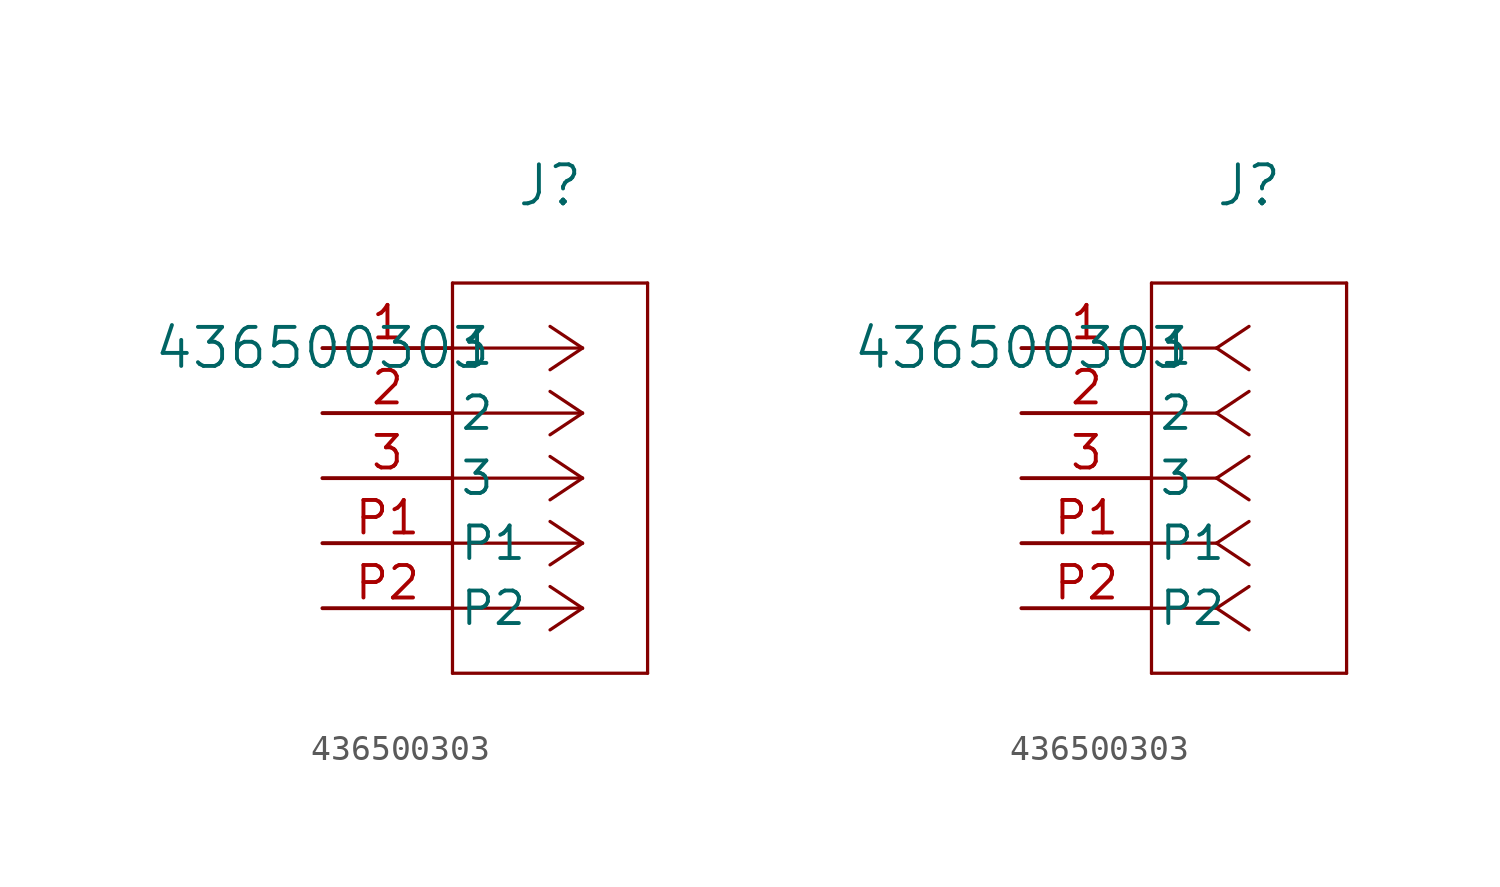
<source format=kicad_sym>
(kicad_symbol_lib
  (version 20211014)
  (generator kicad_symbol_editor)
  (symbol "436500303"
    (pin_names
      (offset 0.254))
    (property "Reference" "J"
      (at 8.89 6.35 0)
      (effects (font (size 1.524 1.524))))
    (property "Value" "436500303"
      (at 0 0 0)
      (effects (font (size 1.524 1.524))))
    (symbol "436500303_1_1"
      (polyline (pts (xy 10.16 0) (xy 5.08 0)) (stroke (width 0.127) (type default) (color 0 0 0 0)) (fill (type none)))
      (polyline (pts (xy 10.16 -2.54) (xy 5.08 -2.54)) (stroke (width 0.127) (type default) (color 0 0 0 0)) (fill (type none)))
      (polyline (pts (xy 10.16 -5.08) (xy 5.08 -5.08)) (stroke (width 0.127) (type default) (color 0 0 0 0)) (fill (type none)))
      (polyline (pts (xy 10.16 -7.62) (xy 5.08 -7.62)) (stroke (width 0.127) (type default) (color 0 0 0 0)) (fill (type none)))
      (polyline (pts (xy 10.16 -10.16) (xy 5.08 -10.16)) (stroke (width 0.127) (type default) (color 0 0 0 0)) (fill (type none)))
      (polyline (pts (xy 10.16 0) (xy 8.89 0.847)) (stroke (width 0.127) (type default) (color 0 0 0 0)) (fill (type none)))
      (polyline (pts (xy 10.16 -2.54) (xy 8.89 -1.693)) (stroke (width 0.127) (type default) (color 0 0 0 0)) (fill (type none)))
      (polyline (pts (xy 10.16 -5.08) (xy 8.89 -4.233)) (stroke (width 0.127) (type default) (color 0 0 0 0)) (fill (type none)))
      (polyline (pts (xy 10.16 -7.62) (xy 8.89 -6.773)) (stroke (width 0.127) (type default) (color 0 0 0 0)) (fill (type none)))
      (polyline (pts (xy 10.16 -10.16) (xy 8.89 -9.313)) (stroke (width 0.127) (type default) (color 0 0 0 0)) (fill (type none)))
      (polyline (pts (xy 10.16 0) (xy 8.89 -0.847)) (stroke (width 0.127) (type default) (color 0 0 0 0)) (fill (type none)))
      (polyline (pts (xy 10.16 -2.54) (xy 8.89 -3.387)) (stroke (width 0.127) (type default) (color 0 0 0 0)) (fill (type none)))
      (polyline (pts (xy 10.16 -5.08) (xy 8.89 -5.927)) (stroke (width 0.127) (type default) (color 0 0 0 0)) (fill (type none)))
      (polyline (pts (xy 10.16 -7.62) (xy 8.89 -8.467)) (stroke (width 0.127) (type default) (color 0 0 0 0)) (fill (type none)))
      (polyline (pts (xy 10.16 -10.16) (xy 8.89 -11.007)) (stroke (width 0.127) (type default) (color 0 0 0 0)) (fill (type none)))
      (polyline (pts (xy 5.08 2.54) (xy 5.08 -12.7)) (stroke (width 0.127) (type default) (color 0 0 0 0)) (fill (type none)))
      (polyline (pts (xy 5.08 -12.7) (xy 12.7 -12.7)) (stroke (width 0.127) (type default) (color 0 0 0 0)) (fill (type none)))
      (polyline (pts (xy 12.7 -12.7) (xy 12.7 2.54)) (stroke (width 0.127) (type default) (color 0 0 0 0)) (fill (type none)))
      (polyline (pts (xy 12.7 2.54) (xy 5.08 2.54)) (stroke (width 0.127) (type default) (color 0 0 0 0)) (fill (type none)))
      (pin unspecified line (at 0 0 0) (length 5.08) (name "1" (effects (font (size 1.27 1.27)))) (number "1" (effects (font (size 1.27 1.27)))))
      (pin unspecified line (at 0 -2.54 0) (length 5.08) (name "2" (effects (font (size 1.27 1.27)))) (number "2" (effects (font (size 1.27 1.27)))))
      (pin unspecified line (at 0 -5.08 0) (length 5.08) (name "3" (effects (font (size 1.27 1.27)))) (number "3" (effects (font (size 1.27 1.27)))))
      (pin unspecified line (at 0 -7.62 0) (length 5.08) (name "P1" (effects (font (size 1.27 1.27)))) (number "P1" (effects (font (size 1.27 1.27)))))
      (pin unspecified line (at 0 -10.16 0) (length 5.08) (name "P2" (effects (font (size 1.27 1.27)))) (number "P2" (effects (font (size 1.27 1.27))))))
    (symbol "436500303_1_2"
      (polyline (pts (xy 7.62 0) (xy 5.08 0)) (stroke (width 0.127) (type default) (color 0 0 0 0)) (fill (type none)))
      (polyline (pts (xy 7.62 -2.54) (xy 5.08 -2.54)) (stroke (width 0.127) (type default) (color 0 0 0 0)) (fill (type none)))
      (polyline (pts (xy 7.62 -5.08) (xy 5.08 -5.08)) (stroke (width 0.127) (type default) (color 0 0 0 0)) (fill (type none)))
      (polyline (pts (xy 7.62 -7.62) (xy 5.08 -7.62)) (stroke (width 0.127) (type default) (color 0 0 0 0)) (fill (type none)))
      (polyline (pts (xy 7.62 -10.16) (xy 5.08 -10.16)) (stroke (width 0.127) (type default) (color 0 0 0 0)) (fill (type none)))
      (polyline (pts (xy 7.62 0) (xy 8.89 0.847)) (stroke (width 0.127) (type default) (color 0 0 0 0)) (fill (type none)))
      (polyline (pts (xy 7.62 -2.54) (xy 8.89 -1.693)) (stroke (width 0.127) (type default) (color 0 0 0 0)) (fill (type none)))
      (polyline (pts (xy 7.62 -5.08) (xy 8.89 -4.233)) (stroke (width 0.127) (type default) (color 0 0 0 0)) (fill (type none)))
      (polyline (pts (xy 7.62 -7.62) (xy 8.89 -6.773)) (stroke (width 0.127) (type default) (color 0 0 0 0)) (fill (type none)))
      (polyline (pts (xy 7.62 -10.16) (xy 8.89 -9.313)) (stroke (width 0.127) (type default) (color 0 0 0 0)) (fill (type none)))
      (polyline (pts (xy 7.62 0) (xy 8.89 -0.847)) (stroke (width 0.127) (type default) (color 0 0 0 0)) (fill (type none)))
      (polyline (pts (xy 7.62 -2.54) (xy 8.89 -3.387)) (stroke (width 0.127) (type default) (color 0 0 0 0)) (fill (type none)))
      (polyline (pts (xy 7.62 -5.08) (xy 8.89 -5.927)) (stroke (width 0.127) (type default) (color 0 0 0 0)) (fill (type none)))
      (polyline (pts (xy 7.62 -7.62) (xy 8.89 -8.467)) (stroke (width 0.127) (type default) (color 0 0 0 0)) (fill (type none)))
      (polyline (pts (xy 7.62 -10.16) (xy 8.89 -11.007)) (stroke (width 0.127) (type default) (color 0 0 0 0)) (fill (type none)))
      (polyline (pts (xy 5.08 2.54) (xy 5.08 -12.7)) (stroke (width 0.127) (type default) (color 0 0 0 0)) (fill (type none)))
      (polyline (pts (xy 5.08 -12.7) (xy 12.7 -12.7)) (stroke (width 0.127) (type default) (color 0 0 0 0)) (fill (type none)))
      (polyline (pts (xy 12.7 -12.7) (xy 12.7 2.54)) (stroke (width 0.127) (type default) (color 0 0 0 0)) (fill (type none)))
      (polyline (pts (xy 12.7 2.54) (xy 5.08 2.54)) (stroke (width 0.127) (type default) (color 0 0 0 0)) (fill (type none)))
      (pin unspecified line (at 0 0 0) (length 5.08) (name "1" (effects (font (size 1.27 1.27)))) (number "1" (effects (font (size 1.27 1.27)))))
      (pin unspecified line (at 0 -2.54 0) (length 5.08) (name "2" (effects (font (size 1.27 1.27)))) (number "2" (effects (font (size 1.27 1.27)))))
      (pin unspecified line (at 0 -5.08 0) (length 5.08) (name "3" (effects (font (size 1.27 1.27)))) (number "3" (effects (font (size 1.27 1.27)))))
      (pin unspecified line (at 0 -7.62 0) (length 5.08) (name "P1" (effects (font (size 1.27 1.27)))) (number "P1" (effects (font (size 1.27 1.27)))))
      (pin unspecified line (at 0 -10.16 0) (length 5.08) (name "P2" (effects (font (size 1.27 1.27)))) (number "P2" (effects (font (size 1.27 1.27))))))))
</source>
